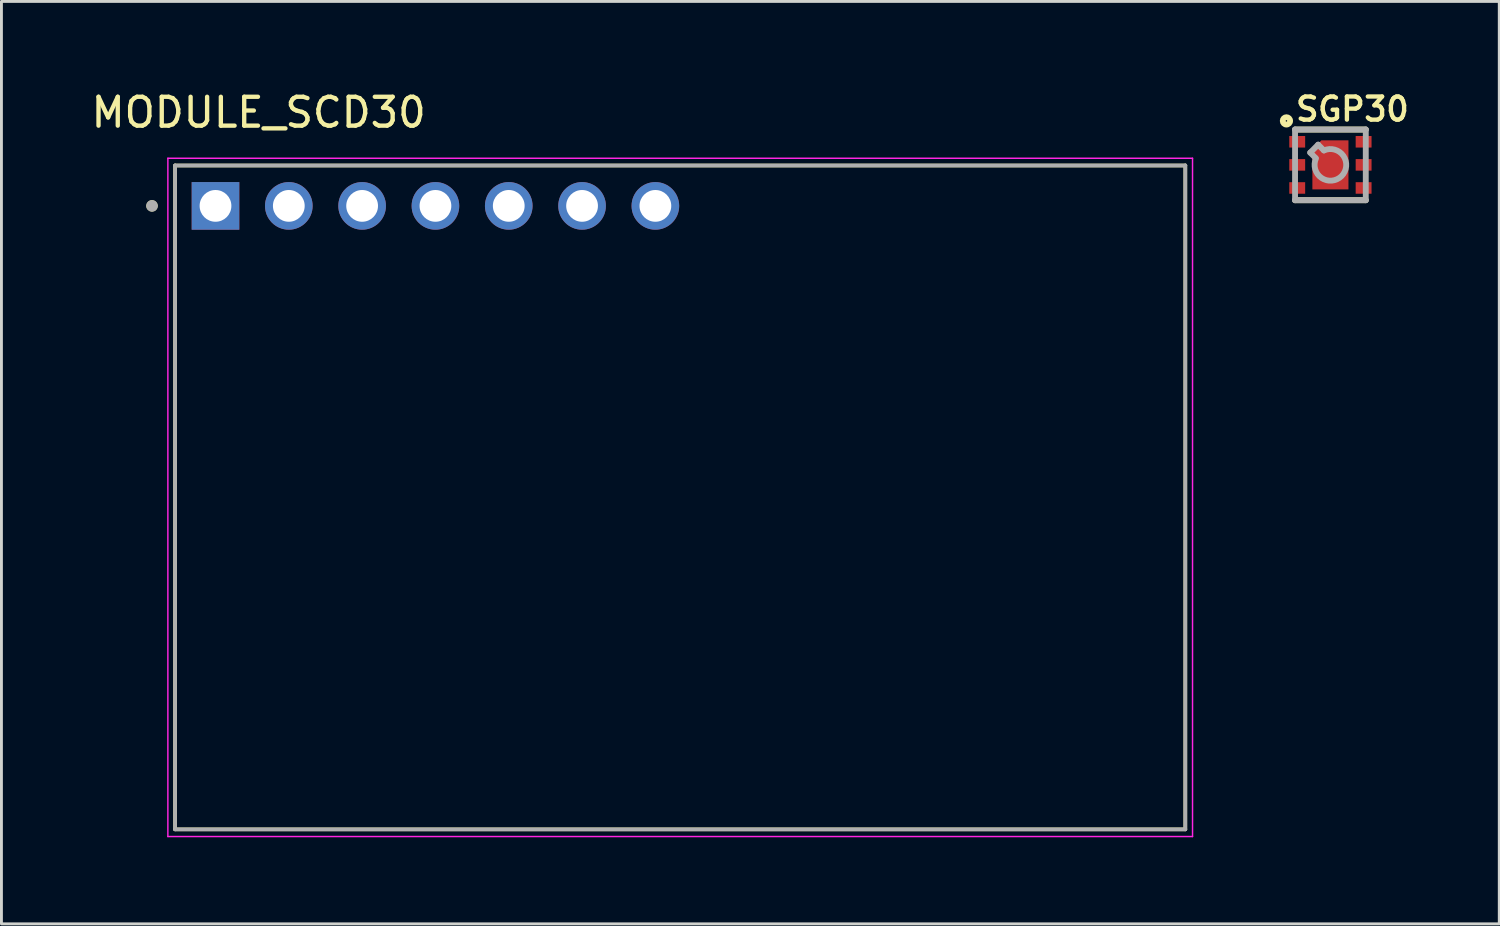
<source format=kicad_pcb>
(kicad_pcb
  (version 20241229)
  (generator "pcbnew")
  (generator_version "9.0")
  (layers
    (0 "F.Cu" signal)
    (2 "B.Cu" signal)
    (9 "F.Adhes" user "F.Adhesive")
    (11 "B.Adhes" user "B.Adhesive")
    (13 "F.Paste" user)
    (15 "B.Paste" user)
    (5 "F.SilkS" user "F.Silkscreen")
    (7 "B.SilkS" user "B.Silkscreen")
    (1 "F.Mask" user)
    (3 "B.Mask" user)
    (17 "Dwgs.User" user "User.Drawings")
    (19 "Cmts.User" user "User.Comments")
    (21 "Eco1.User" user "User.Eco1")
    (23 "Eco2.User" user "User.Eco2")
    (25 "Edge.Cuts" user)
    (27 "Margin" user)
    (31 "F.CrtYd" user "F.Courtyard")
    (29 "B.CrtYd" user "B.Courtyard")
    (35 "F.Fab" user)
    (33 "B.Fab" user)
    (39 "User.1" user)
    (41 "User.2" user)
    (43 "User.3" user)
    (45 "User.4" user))
  (footprint "MODULE_SCD30"
    (layer "F.Cu")
    (at 20.516 14.183)
    (property "Reference" "MODULE_SCD30" (at -14.605 -13.335 0) (layer "F.SilkS") (effects (font (size 1 1) (thickness 0.15))))
    (attr through_hole)
    (fp_line (start -17.5 -11.5) (end 17.5 -11.5) (stroke (width 0.127) (type solid)) (layer "F.SilkS"))
    (fp_line (start -17.5 11.5) (end -17.5 -11.5) (stroke (width 0.127) (type solid)) (layer "F.SilkS"))
    (fp_line (start 17.5 -11.5) (end 17.5 11.5) (stroke (width 0.127) (type solid)) (layer "F.SilkS"))
    (fp_line (start 17.5 11.5) (end -17.5 11.5) (stroke (width 0.127) (type solid)) (layer "F.SilkS"))
    (fp_circle (center -18.3 -10.1) (end -18.2 -10.1) (stroke (width 0.2) (type solid)) (fill no) (layer "F.SilkS"))
    (fp_line (start -17.75 -11.75) (end 17.75 -11.75) (stroke (width 0.05) (type solid)) (layer "F.CrtYd"))
    (fp_line (start -17.75 11.75) (end -17.75 -11.75) (stroke (width 0.05) (type solid)) (layer "F.CrtYd"))
    (fp_line (start 17.75 -11.75) (end 17.75 11.75) (stroke (width 0.05) (type solid)) (layer "F.CrtYd"))
    (fp_line (start 17.75 11.75) (end -17.75 11.75) (stroke (width 0.05) (type solid)) (layer "F.CrtYd"))
    (fp_line (start -17.5 -11.5) (end 17.5 -11.5) (stroke (width 0.127) (type solid)) (layer "F.Fab"))
    (fp_line (start -17.5 11.5) (end -17.5 -11.5) (stroke (width 0.127) (type solid)) (layer "F.Fab"))
    (fp_line (start 17.5 -11.5) (end 17.5 11.5) (stroke (width 0.127) (type solid)) (layer "F.Fab"))
    (fp_line (start 17.5 11.5) (end -17.5 11.5) (stroke (width 0.127) (type solid)) (layer "F.Fab"))
    (fp_circle (center -18.3 -10.1) (end -18.2 -10.1) (stroke (width 0.2) (type solid)) (fill no) (layer "F.Fab"))
    (pad "1" thru_hole rect (at -16.1 -10.1) (size 1.65 1.65) (drill 1.1) (layers "*.Cu" "*.Mask"))
    (pad "2" thru_hole circle (at -13.56 -10.1) (size 1.65 1.65) (drill 1.1) (layers "*.Cu" "*.Mask"))
    (pad "3" thru_hole circle (at -11.02 -10.1) (size 1.65 1.65) (drill 1.1) (layers "*.Cu" "*.Mask"))
    (pad "4" thru_hole circle (at -8.48 -10.1) (size 1.65 1.65) (drill 1.1) (layers "*.Cu" "*.Mask"))
    (pad "5" thru_hole circle (at -5.94 -10.1) (size 1.65 1.65) (drill 1.1) (layers "*.Cu" "*.Mask"))
    (pad "6" thru_hole circle (at -3.4 -10.1) (size 1.65 1.65) (drill 1.1) (layers "*.Cu" "*.Mask"))
    (pad "7" thru_hole circle (at -0.86 -10.1) (size 1.65 1.65) (drill 1.1) (layers "*.Cu" "*.Mask")))
  (footprint "SGP30"
    (layer "F.Cu")
    (at 43.043 2.662)
    (property "Reference" "SGP30" (at 0.762 -1.93 0) (layer "F.SilkS") (effects (font (size 0.8 0.8) (thickness 0.15))))
    (attr smd)
    (fp_poly (pts (xy -0.625 -0.55) (xy -0.325 -0.85) (xy 0.625 -0.85) (xy 0.625 0.85) (xy -0.625 0.85)) (stroke (width 0.01) (type solid)) (fill yes) (layer "F.Mask"))
    (fp_line (start -1.225 -1.225) (end 1.225 -1.225) (stroke (width 0.203) (type solid)) (layer "F.SilkS"))
    (fp_line (start 1.225 1.225) (end -1.225 1.225) (stroke (width 0.203) (type solid)) (layer "F.SilkS"))
    (fp_circle (center -1.524 -1.524) (end -1.397 -1.524) (stroke (width 0.203) (type solid)) (fill no) (layer "F.SilkS"))
    (fp_poly (pts (xy -1.525 -1) (xy -0.975 -1) (xy -0.975 -0.6) (xy -1.525 -0.6)) (stroke (width 0.01) (type solid)) (fill yes) (layer "F.Paste"))
    (fp_poly (pts (xy -1.525 -0.2) (xy -0.975 -0.2) (xy -0.975 0.2) (xy -1.525 0.2)) (stroke (width 0.01) (type solid)) (fill yes) (layer "F.Paste"))
    (fp_poly (pts (xy -1.525 0.6) (xy -0.975 0.6) (xy -0.975 1) (xy -1.525 1)) (stroke (width 0.01) (type solid)) (fill yes) (layer "F.Paste"))
    (fp_poly (pts (xy 0.975 -1) (xy 1.525 -1) (xy 1.525 -0.6) (xy 0.975 -0.6)) (stroke (width 0.01) (type solid)) (fill yes) (layer "F.Paste"))
    (fp_poly (pts (xy 0.975 -0.2) (xy 1.525 -0.2) (xy 1.525 0.2) (xy 0.975 0.2)) (stroke (width 0.01) (type solid)) (fill yes) (layer "F.Paste"))
    (fp_poly (pts (xy 0.975 0.6) (xy 1.525 0.6) (xy 1.525 1) (xy 0.975 1)) (stroke (width 0.01) (type solid)) (fill yes) (layer "F.Paste"))
    (fp_poly (pts (xy -0.525 -0.525) (xy -0.275 -0.775) (xy 0.525 -0.775) (xy 0.525 0.75) (xy -0.525 0.75)) (stroke (width 0.01) (type solid)) (fill yes) (layer "F.Paste"))
    (fp_line (start -1.225 -1.225) (end -1.225 1.225) (stroke (width 0.203) (type solid)) (layer "F.Fab"))
    (fp_line (start -1.225 1.225) (end 1.225 1.225) (stroke (width 0.203) (type solid)) (layer "F.Fab"))
    (fp_line (start -0.7 -0.425) (end -0.525 -0.25) (stroke (width 0.203) (type solid)) (layer "F.Fab"))
    (fp_line (start -0.425 -0.7) (end -0.7 -0.425) (stroke (width 0.203) (type solid)) (layer "F.Fab"))
    (fp_line (start -0.225 -0.5) (end -0.425 -0.7) (stroke (width 0.203) (type solid)) (layer "F.Fab"))
    (fp_line (start 1.225 -1.225) (end -1.225 -1.225) (stroke (width 0.203) (type solid)) (layer "F.Fab"))
    (fp_line (start 1.225 1.225) (end 1.225 -1.225) (stroke (width 0.203) (type solid)) (layer "F.Fab"))
    (fp_arc (start -0.224995 -0.499995) (mid 0.387697 0.387697) (end -0.499995 -0.224995) (stroke (width 0.2032) (type solid)) (layer "F.Fab"))
    (pad "1" smd rect (at -1.15 -0.8) (size 0.55 0.4) (layers "F.Cu" "F.Mask"))
    (pad "2" smd rect (at -1.15 0.000005) (size 0.55 0.4) (layers "F.Cu" "F.Mask"))
    (pad "3" smd rect (at -1.15 0.8) (size 0.55 0.4) (layers "F.Cu" "F.Mask"))
    (pad "4" smd rect (at 1.15 0.8) (size 0.55 0.4) (layers "F.Cu" "F.Mask"))
    (pad "5" smd rect (at 1.15 0.000005) (size 0.55 0.4) (layers "F.Cu" "F.Mask"))
    (pad "6" smd rect (at 1.15 -0.8) (size 0.55 0.4) (layers "F.Cu" "F.Mask"))
    (pad "7" smd roundrect (at 0 0) (size 1.25 1.7) (layers "F.Cu" "F.Mask" "F.Paste") (roundrect_rratio 0) (chamfer_ratio 0.25) (chamfer top_left)))
  (gr_rect
    (start -3 -3)
    (end 48.893 28.958)
    (stroke (width 0.1) (type default))
    (fill no)
    (layer "Edge.Cuts")))
</source>
